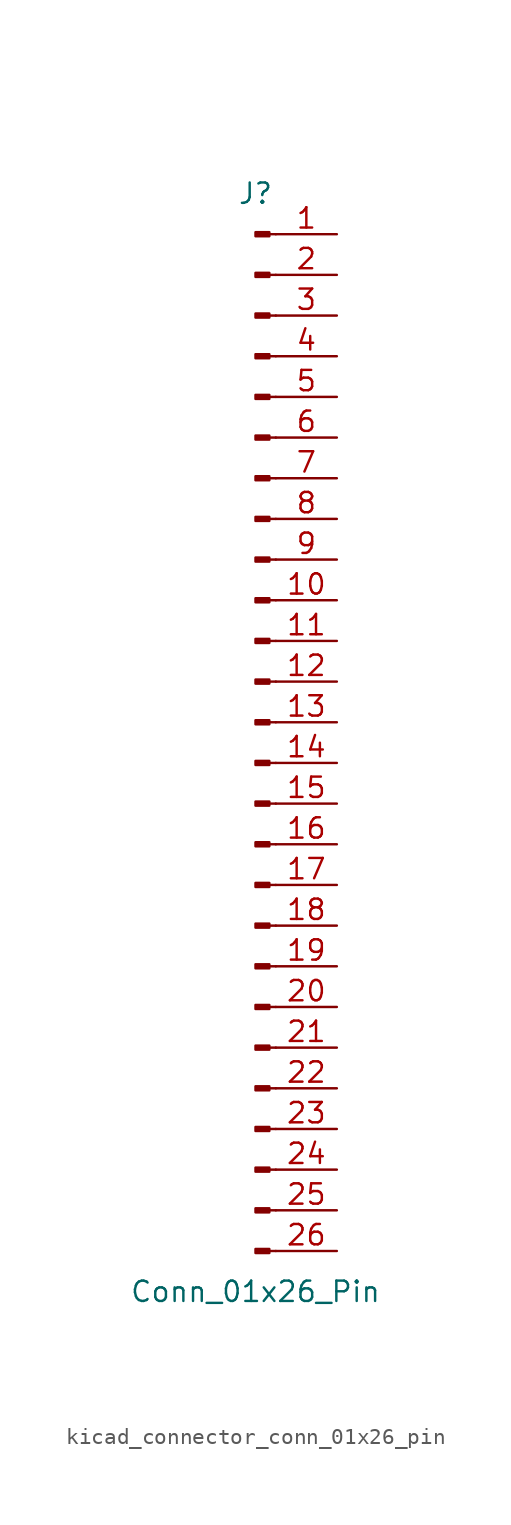
<source format=kicad_sym>
(kicad_symbol_lib
  (version 20220914)
  (generator kicad_symbol_editor)
  (symbol "kicad_connector_conn_01x26_pin"
    (pin_names
      (offset 1.016) hide)
    (property "Reference" "J"
      (at 0 33.02 0)
      (effects (font (size 1.27 1.27))))
    (property "Value" "Conn_01x26_Pin"
      (at 0 -35.56 0)
      (effects (font (size 1.27 1.27))))
    (property "ki_locked" ""
      (at 0 0 0)
      (effects (font (size 1.27 1.27))))
    (symbol "kicad_connector_conn_01x26_pin_1_1"
      (polyline (pts (xy 1.27 -33.02) (xy 0.864 -33.02)) (stroke (width 0.152) (type default)) (fill (type none)))
      (polyline (pts (xy 1.27 -30.48) (xy 0.864 -30.48)) (stroke (width 0.152) (type default)) (fill (type none)))
      (polyline (pts (xy 1.27 -27.94) (xy 0.864 -27.94)) (stroke (width 0.152) (type default)) (fill (type none)))
      (polyline (pts (xy 1.27 -25.4) (xy 0.864 -25.4)) (stroke (width 0.152) (type default)) (fill (type none)))
      (polyline (pts (xy 1.27 -22.86) (xy 0.864 -22.86)) (stroke (width 0.152) (type default)) (fill (type none)))
      (polyline (pts (xy 1.27 -20.32) (xy 0.864 -20.32)) (stroke (width 0.152) (type default)) (fill (type none)))
      (polyline (pts (xy 1.27 -17.78) (xy 0.864 -17.78)) (stroke (width 0.152) (type default)) (fill (type none)))
      (polyline (pts (xy 1.27 -15.24) (xy 0.864 -15.24)) (stroke (width 0.152) (type default)) (fill (type none)))
      (polyline (pts (xy 1.27 -12.7) (xy 0.864 -12.7)) (stroke (width 0.152) (type default)) (fill (type none)))
      (polyline (pts (xy 1.27 -10.16) (xy 0.864 -10.16)) (stroke (width 0.152) (type default)) (fill (type none)))
      (polyline (pts (xy 1.27 -7.62) (xy 0.864 -7.62)) (stroke (width 0.152) (type default)) (fill (type none)))
      (polyline (pts (xy 1.27 -5.08) (xy 0.864 -5.08)) (stroke (width 0.152) (type default)) (fill (type none)))
      (polyline (pts (xy 1.27 -2.54) (xy 0.864 -2.54)) (stroke (width 0.152) (type default)) (fill (type none)))
      (polyline (pts (xy 1.27 0) (xy 0.864 0)) (stroke (width 0.152) (type default)) (fill (type none)))
      (polyline (pts (xy 1.27 2.54) (xy 0.864 2.54)) (stroke (width 0.152) (type default)) (fill (type none)))
      (polyline (pts (xy 1.27 5.08) (xy 0.864 5.08)) (stroke (width 0.152) (type default)) (fill (type none)))
      (polyline (pts (xy 1.27 7.62) (xy 0.864 7.62)) (stroke (width 0.152) (type default)) (fill (type none)))
      (polyline (pts (xy 1.27 10.16) (xy 0.864 10.16)) (stroke (width 0.152) (type default)) (fill (type none)))
      (polyline (pts (xy 1.27 12.7) (xy 0.864 12.7)) (stroke (width 0.152) (type default)) (fill (type none)))
      (polyline (pts (xy 1.27 15.24) (xy 0.864 15.24)) (stroke (width 0.152) (type default)) (fill (type none)))
      (polyline (pts (xy 1.27 17.78) (xy 0.864 17.78)) (stroke (width 0.152) (type default)) (fill (type none)))
      (polyline (pts (xy 1.27 20.32) (xy 0.864 20.32)) (stroke (width 0.152) (type default)) (fill (type none)))
      (polyline (pts (xy 1.27 22.86) (xy 0.864 22.86)) (stroke (width 0.152) (type default)) (fill (type none)))
      (polyline (pts (xy 1.27 25.4) (xy 0.864 25.4)) (stroke (width 0.152) (type default)) (fill (type none)))
      (polyline (pts (xy 1.27 27.94) (xy 0.864 27.94)) (stroke (width 0.152) (type default)) (fill (type none)))
      (polyline (pts (xy 1.27 30.48) (xy 0.864 30.48)) (stroke (width 0.152) (type default)) (fill (type none)))
      (rectangle (start 0.864 -32.893) (end 0 -33.147) (stroke (width 0.152) (type default)) (fill (type outline)))
      (rectangle (start 0.864 -30.353) (end 0 -30.607) (stroke (width 0.152) (type default)) (fill (type outline)))
      (rectangle (start 0.864 -27.813) (end 0 -28.067) (stroke (width 0.152) (type default)) (fill (type outline)))
      (rectangle (start 0.864 -25.273) (end 0 -25.527) (stroke (width 0.152) (type default)) (fill (type outline)))
      (rectangle (start 0.864 -22.733) (end 0 -22.987) (stroke (width 0.152) (type default)) (fill (type outline)))
      (rectangle (start 0.864 -20.193) (end 0 -20.447) (stroke (width 0.152) (type default)) (fill (type outline)))
      (rectangle (start 0.864 -17.653) (end 0 -17.907) (stroke (width 0.152) (type default)) (fill (type outline)))
      (rectangle (start 0.864 -15.113) (end 0 -15.367) (stroke (width 0.152) (type default)) (fill (type outline)))
      (rectangle (start 0.864 -12.573) (end 0 -12.827) (stroke (width 0.152) (type default)) (fill (type outline)))
      (rectangle (start 0.864 -10.033) (end 0 -10.287) (stroke (width 0.152) (type default)) (fill (type outline)))
      (rectangle (start 0.864 -7.493) (end 0 -7.747) (stroke (width 0.152) (type default)) (fill (type outline)))
      (rectangle (start 0.864 -4.953) (end 0 -5.207) (stroke (width 0.152) (type default)) (fill (type outline)))
      (rectangle (start 0.864 -2.413) (end 0 -2.667) (stroke (width 0.152) (type default)) (fill (type outline)))
      (rectangle (start 0.864 0.127) (end 0 -0.127) (stroke (width 0.152) (type default)) (fill (type outline)))
      (rectangle (start 0.864 2.667) (end 0 2.413) (stroke (width 0.152) (type default)) (fill (type outline)))
      (rectangle (start 0.864 5.207) (end 0 4.953) (stroke (width 0.152) (type default)) (fill (type outline)))
      (rectangle (start 0.864 7.747) (end 0 7.493) (stroke (width 0.152) (type default)) (fill (type outline)))
      (rectangle (start 0.864 10.287) (end 0 10.033) (stroke (width 0.152) (type default)) (fill (type outline)))
      (rectangle (start 0.864 12.827) (end 0 12.573) (stroke (width 0.152) (type default)) (fill (type outline)))
      (rectangle (start 0.864 15.367) (end 0 15.113) (stroke (width 0.152) (type default)) (fill (type outline)))
      (rectangle (start 0.864 17.907) (end 0 17.653) (stroke (width 0.152) (type default)) (fill (type outline)))
      (rectangle (start 0.864 20.447) (end 0 20.193) (stroke (width 0.152) (type default)) (fill (type outline)))
      (rectangle (start 0.864 22.987) (end 0 22.733) (stroke (width 0.152) (type default)) (fill (type outline)))
      (rectangle (start 0.864 25.527) (end 0 25.273) (stroke (width 0.152) (type default)) (fill (type outline)))
      (rectangle (start 0.864 28.067) (end 0 27.813) (stroke (width 0.152) (type default)) (fill (type outline)))
      (rectangle (start 0.864 30.607) (end 0 30.353) (stroke (width 0.152) (type default)) (fill (type outline)))
      (pin passive line (at 5.08 30.48 180) (length 3.81) (name "Pin_1" (effects (font (size 1.27 1.27)))) (number "1" (effects (font (size 1.27 1.27)))))
      (pin passive line (at 5.08 7.62 180) (length 3.81) (name "Pin_10" (effects (font (size 1.27 1.27)))) (number "10" (effects (font (size 1.27 1.27)))))
      (pin passive line (at 5.08 5.08 180) (length 3.81) (name "Pin_11" (effects (font (size 1.27 1.27)))) (number "11" (effects (font (size 1.27 1.27)))))
      (pin passive line (at 5.08 2.54 180) (length 3.81) (name "Pin_12" (effects (font (size 1.27 1.27)))) (number "12" (effects (font (size 1.27 1.27)))))
      (pin passive line (at 5.08 0 180) (length 3.81) (name "Pin_13" (effects (font (size 1.27 1.27)))) (number "13" (effects (font (size 1.27 1.27)))))
      (pin passive line (at 5.08 -2.54 180) (length 3.81) (name "Pin_14" (effects (font (size 1.27 1.27)))) (number "14" (effects (font (size 1.27 1.27)))))
      (pin passive line (at 5.08 -5.08 180) (length 3.81) (name "Pin_15" (effects (font (size 1.27 1.27)))) (number "15" (effects (font (size 1.27 1.27)))))
      (pin passive line (at 5.08 -7.62 180) (length 3.81) (name "Pin_16" (effects (font (size 1.27 1.27)))) (number "16" (effects (font (size 1.27 1.27)))))
      (pin passive line (at 5.08 -10.16 180) (length 3.81) (name "Pin_17" (effects (font (size 1.27 1.27)))) (number "17" (effects (font (size 1.27 1.27)))))
      (pin passive line (at 5.08 -12.7 180) (length 3.81) (name "Pin_18" (effects (font (size 1.27 1.27)))) (number "18" (effects (font (size 1.27 1.27)))))
      (pin passive line (at 5.08 -15.24 180) (length 3.81) (name "Pin_19" (effects (font (size 1.27 1.27)))) (number "19" (effects (font (size 1.27 1.27)))))
      (pin passive line (at 5.08 27.94 180) (length 3.81) (name "Pin_2" (effects (font (size 1.27 1.27)))) (number "2" (effects (font (size 1.27 1.27)))))
      (pin passive line (at 5.08 -17.78 180) (length 3.81) (name "Pin_20" (effects (font (size 1.27 1.27)))) (number "20" (effects (font (size 1.27 1.27)))))
      (pin passive line (at 5.08 -20.32 180) (length 3.81) (name "Pin_21" (effects (font (size 1.27 1.27)))) (number "21" (effects (font (size 1.27 1.27)))))
      (pin passive line (at 5.08 -22.86 180) (length 3.81) (name "Pin_22" (effects (font (size 1.27 1.27)))) (number "22" (effects (font (size 1.27 1.27)))))
      (pin passive line (at 5.08 -25.4 180) (length 3.81) (name "Pin_23" (effects (font (size 1.27 1.27)))) (number "23" (effects (font (size 1.27 1.27)))))
      (pin passive line (at 5.08 -27.94 180) (length 3.81) (name "Pin_24" (effects (font (size 1.27 1.27)))) (number "24" (effects (font (size 1.27 1.27)))))
      (pin passive line (at 5.08 -30.48 180) (length 3.81) (name "Pin_25" (effects (font (size 1.27 1.27)))) (number "25" (effects (font (size 1.27 1.27)))))
      (pin passive line (at 5.08 -33.02 180) (length 3.81) (name "Pin_26" (effects (font (size 1.27 1.27)))) (number "26" (effects (font (size 1.27 1.27)))))
      (pin passive line (at 5.08 25.4 180) (length 3.81) (name "Pin_3" (effects (font (size 1.27 1.27)))) (number "3" (effects (font (size 1.27 1.27)))))
      (pin passive line (at 5.08 22.86 180) (length 3.81) (name "Pin_4" (effects (font (size 1.27 1.27)))) (number "4" (effects (font (size 1.27 1.27)))))
      (pin passive line (at 5.08 20.32 180) (length 3.81) (name "Pin_5" (effects (font (size 1.27 1.27)))) (number "5" (effects (font (size 1.27 1.27)))))
      (pin passive line (at 5.08 17.78 180) (length 3.81) (name "Pin_6" (effects (font (size 1.27 1.27)))) (number "6" (effects (font (size 1.27 1.27)))))
      (pin passive line (at 5.08 15.24 180) (length 3.81) (name "Pin_7" (effects (font (size 1.27 1.27)))) (number "7" (effects (font (size 1.27 1.27)))))
      (pin passive line (at 5.08 12.7 180) (length 3.81) (name "Pin_8" (effects (font (size 1.27 1.27)))) (number "8" (effects (font (size 1.27 1.27)))))
      (pin passive line (at 5.08 10.16 180) (length 3.81) (name "Pin_9" (effects (font (size 1.27 1.27)))) (number "9" (effects (font (size 1.27 1.27))))))))
</source>
